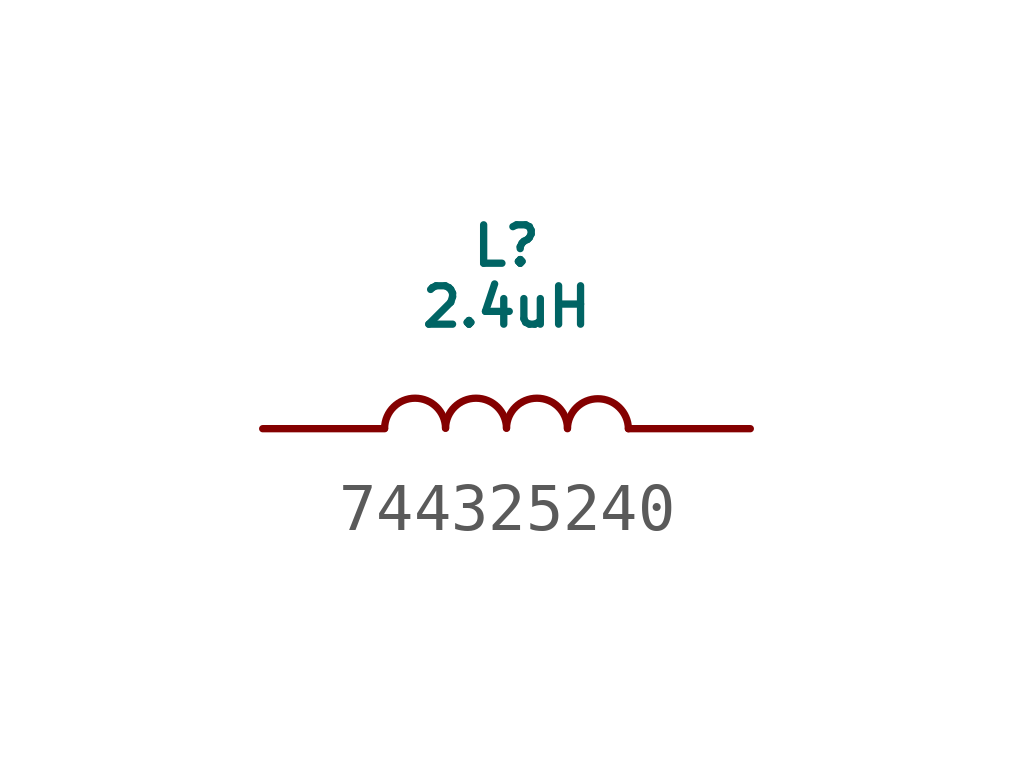
<source format=kicad_sym>
(kicad_symbol_lib
  (version 20220914)
  (generator kicad_symbol_editor)
  (symbol "744325240"
    (pin_numbers hide)
    (pin_names hide)
    (property "Reference" "L"
      (at 12.7 3.81 0)
      (do_not_autoplace)
      (effects (font (size 0.8 0.8))))
    (property "Value" "2.4uH"
      (at 12.7 2.54 0)
      (do_not_autoplace)
      (effects (font (size 0.8 0.8))))
    (symbol "744325240_0_1"
      (arc (start 11.43 0.0113) (mid 10.795 0.6351) (end 10.16 0.0113) (stroke (width 0) (type default)) (fill (type none)))
      (arc (start 12.7 0.0113) (mid 12.065 0.6351) (end 11.43 0.0113) (stroke (width 0) (type default)) (fill (type none)))
      (arc (start 13.97 0.0113) (mid 13.335 0.6351) (end 12.7 0.0113) (stroke (width 0) (type default)) (fill (type none)))
      (arc (start 15.24 0) (mid 14.605 0.6238) (end 13.97 0) (stroke (width 0) (type default)) (fill (type none))))
    (symbol "744325240_1_1"
      (pin passive line (at 7.62 0 0) (length 2.54) (name "1" (effects (font (size 1.27 1.27)))) (number "1" (effects (font (size 1.27 1.27)))))
      (pin passive line (at 17.78 0 180) (length 2.54) (name "2" (effects (font (size 1.27 1.27)))) (number "2" (effects (font (size 1.27 1.27))))))))
</source>
